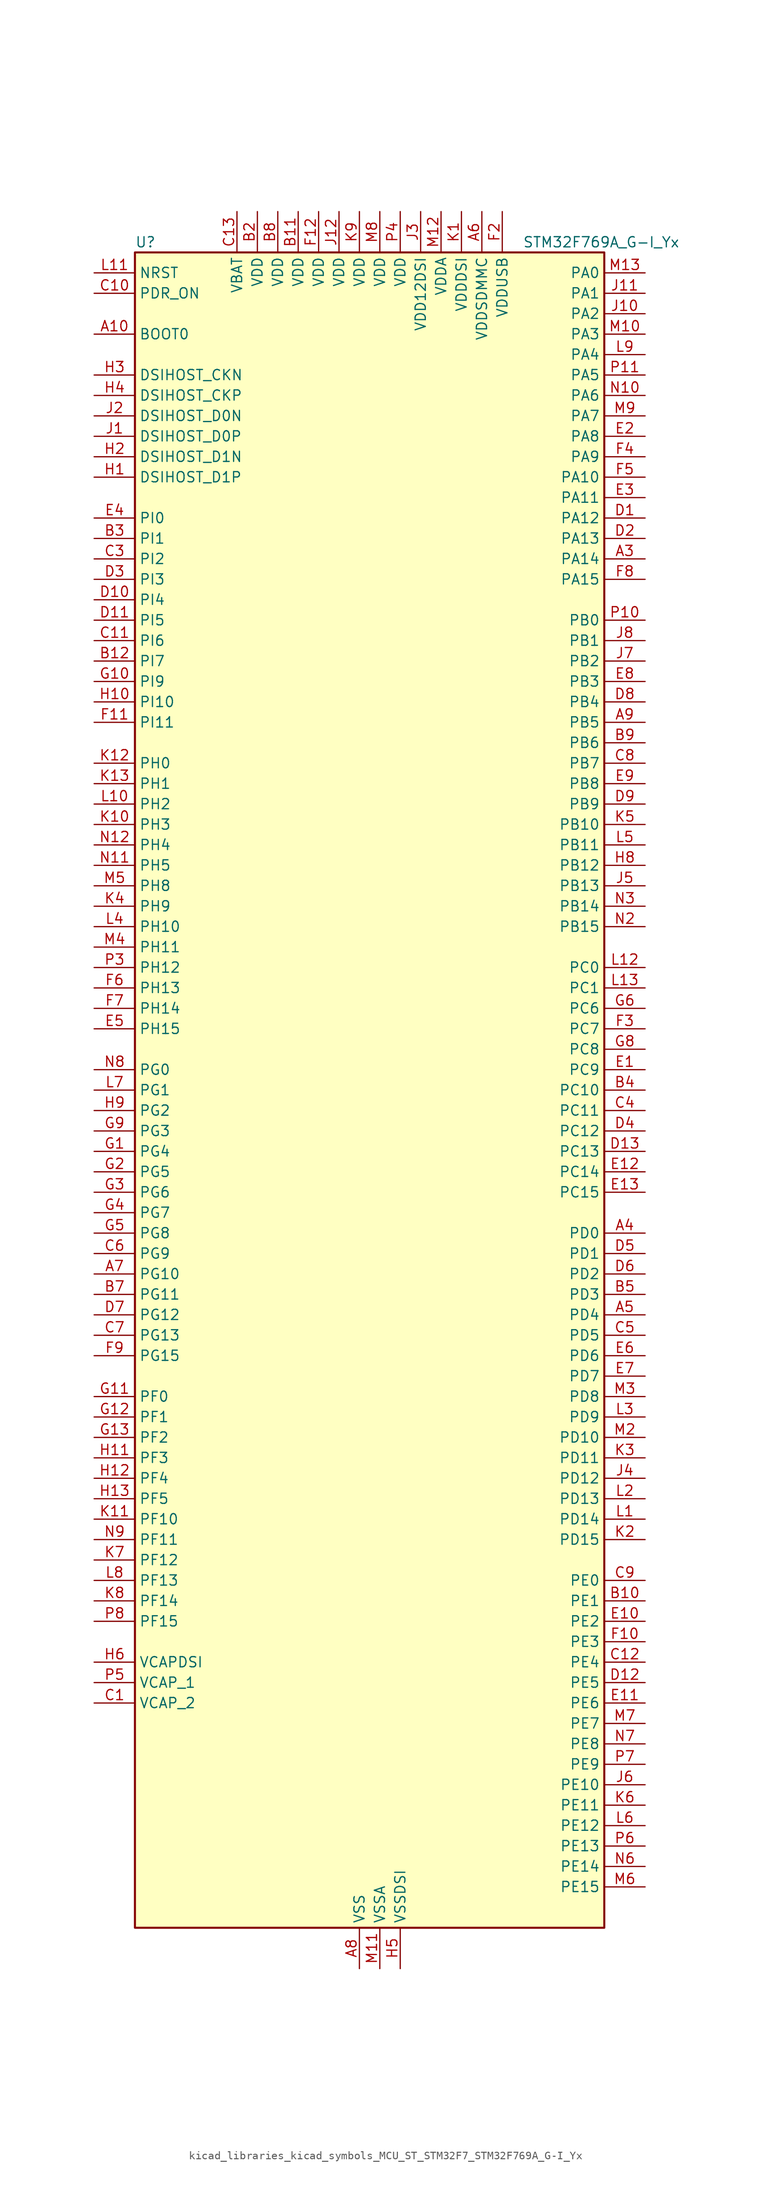
<source format=kicad_sym>
(kicad_symbol_lib
  (version 20220914)
  (generator kicad_symbol_editor)
  (symbol "kicad_libraries_kicad_symbols_MCU_ST_STM32F7_STM32F769A_G-I_Yx"
    (property "Reference" "U"
      (at -27.94 105.41 0)
      (effects (font (size 1.27 1.27)) (justify left)))
    (property "Value" "STM32F769A_G-I_Yx"
      (at 20.32 105.41 0)
      (effects (font (size 1.27 1.27)) (justify left)))
    (property "ki_locked" ""
      (at 0 0 0)
      (effects (font (size 1.27 1.27))))
    (symbol "kicad_libraries_kicad_symbols_MCU_ST_STM32F7_STM32F769A_G-I_Yx_0_1"
      (rectangle (start -27.94 -104.14) (end 30.48 104.14) (stroke (width 0.254) (type default)) (fill (type background))))
    (symbol "kicad_libraries_kicad_symbols_MCU_ST_STM32F7_STM32F769A_G-I_Yx_1_1"
      (pin no_connect line (at -27.94 -104.14 0) (length 5.08) hide (name "NC" (effects (font (size 1.27 1.27)))) (number "A1" (effects (font (size 1.27 1.27)))))
      (pin input line (at -33.02 93.98 0) (length 5.08) (name "BOOT0" (effects (font (size 1.27 1.27)))) (number "A10" (effects (font (size 1.27 1.27)))))
      (pin passive line (at 0 -109.22 90) (length 5.08) hide (name "VSS" (effects (font (size 1.27 1.27)))) (number "A11" (effects (font (size 1.27 1.27)))))
      (pin no_connect line (at -27.94 -99.06 0) (length 5.08) hide (name "NC" (effects (font (size 1.27 1.27)))) (number "A12" (effects (font (size 1.27 1.27)))))
      (pin no_connect line (at -27.94 -96.52 0) (length 5.08) hide (name "NC" (effects (font (size 1.27 1.27)))) (number "A13" (effects (font (size 1.27 1.27)))))
      (pin no_connect line (at -27.94 -101.6 0) (length 5.08) hide (name "NC" (effects (font (size 1.27 1.27)))) (number "A2" (effects (font (size 1.27 1.27)))))
      (pin bidirectional line (at 35.56 66.04 180) (length 5.08) (name "PA14" (effects (font (size 1.27 1.27)))) (number "A3" (effects (font (size 1.27 1.27)))) (alternate "SYS_JTCK-SWCLK" bidirectional line))
      (pin bidirectional line (at 35.56 -17.78 180) (length 5.08) (name "PD0" (effects (font (size 1.27 1.27)))) (number "A4" (effects (font (size 1.27 1.27)))) (alternate "CAN1_RX" bidirectional line) (alternate "DFSDM1_CKIN6" bidirectional line) (alternate "DFSDM1_DATIN7" bidirectional line) (alternate "FMC_D2" bidirectional line) (alternate "FMC_DA2" bidirectional line) (alternate "UART4_RX" bidirectional line))
      (pin bidirectional line (at 35.56 -27.94 180) (length 5.08) (name "PD4" (effects (font (size 1.27 1.27)))) (number "A5" (effects (font (size 1.27 1.27)))) (alternate "DFSDM1_CKIN0" bidirectional line) (alternate "FMC_NOE" bidirectional line) (alternate "USART2_DE" bidirectional line) (alternate "USART2_RTS" bidirectional line))
      (pin power_in line (at 15.24 109.22 270) (length 5.08) (name "VDDSDMMC" (effects (font (size 1.27 1.27)))) (number "A6" (effects (font (size 1.27 1.27)))))
      (pin bidirectional line (at -33.02 -22.86 0) (length 5.08) (name "PG10" (effects (font (size 1.27 1.27)))) (number "A7" (effects (font (size 1.27 1.27)))) (alternate "DCMI_D2" bidirectional line) (alternate "FMC_NE3" bidirectional line) (alternate "I2S1_WS" bidirectional line) (alternate "LTDC_B2" bidirectional line) (alternate "LTDC_G3" bidirectional line) (alternate "SAI2_SD_B" bidirectional line) (alternate "SDMMC2_D1" bidirectional line) (alternate "SPI1_NSS" bidirectional line))
      (pin power_in line (at 0 -109.22 90) (length 5.08) (name "VSS" (effects (font (size 1.27 1.27)))) (number "A8" (effects (font (size 1.27 1.27)))))
      (pin bidirectional line (at 35.56 45.72 180) (length 5.08) (name "PB5" (effects (font (size 1.27 1.27)))) (number "A9" (effects (font (size 1.27 1.27)))) (alternate "CAN2_RX" bidirectional line) (alternate "DCMI_D10" bidirectional line) (alternate "FMC_SDCKE1" bidirectional line) (alternate "I2C1_SMBA" bidirectional line) (alternate "I2S1_SD" bidirectional line) (alternate "I2S3_SD" bidirectional line) (alternate "LTDC_G7" bidirectional line) (alternate "SPI1_MOSI" bidirectional line) (alternate "SPI3_MOSI" bidirectional line) (alternate "SPI6_MOSI" bidirectional line) (alternate "TIM3_CH2" bidirectional line) (alternate "UART5_RX" bidirectional line) (alternate "USB_OTG_HS_ULPI_D7" bidirectional line))
      (pin no_connect line (at -27.94 -93.98 0) (length 5.08) hide (name "NC" (effects (font (size 1.27 1.27)))) (number "B1" (effects (font (size 1.27 1.27)))))
      (pin bidirectional line (at 35.56 -63.5 180) (length 5.08) (name "PE1" (effects (font (size 1.27 1.27)))) (number "B10" (effects (font (size 1.27 1.27)))) (alternate "DCMI_D3" bidirectional line) (alternate "FMC_NBL1" bidirectional line) (alternate "LPTIM1_IN2" bidirectional line) (alternate "UART8_TX" bidirectional line))
      (pin power_in line (at -7.62 109.22 270) (length 5.08) (name "VDD" (effects (font (size 1.27 1.27)))) (number "B11" (effects (font (size 1.27 1.27)))))
      (pin bidirectional line (at -33.02 53.34 0) (length 5.08) (name "PI7" (effects (font (size 1.27 1.27)))) (number "B12" (effects (font (size 1.27 1.27)))) (alternate "DCMI_D7" bidirectional line) (alternate "FMC_D29" bidirectional line) (alternate "LTDC_B7" bidirectional line) (alternate "SAI2_FS_A" bidirectional line) (alternate "TIM8_CH3" bidirectional line))
      (pin no_connect line (at -27.94 -91.44 0) (length 5.08) hide (name "NC" (effects (font (size 1.27 1.27)))) (number "B13" (effects (font (size 1.27 1.27)))))
      (pin power_in line (at -12.7 109.22 270) (length 5.08) (name "VDD" (effects (font (size 1.27 1.27)))) (number "B2" (effects (font (size 1.27 1.27)))))
      (pin bidirectional line (at -33.02 68.58 0) (length 5.08) (name "PI1" (effects (font (size 1.27 1.27)))) (number "B3" (effects (font (size 1.27 1.27)))) (alternate "DCMI_D8" bidirectional line) (alternate "FMC_D25" bidirectional line) (alternate "I2S2_CK" bidirectional line) (alternate "LTDC_G6" bidirectional line) (alternate "SPI2_SCK" bidirectional line) (alternate "TIM8_BKIN2" bidirectional line))
      (pin bidirectional line (at 35.56 0 180) (length 5.08) (name "PC10" (effects (font (size 1.27 1.27)))) (number "B4" (effects (font (size 1.27 1.27)))) (alternate "DCMI_D8" bidirectional line) (alternate "DFSDM1_CKIN5" bidirectional line) (alternate "I2S3_CK" bidirectional line) (alternate "LTDC_R2" bidirectional line) (alternate "QUADSPI_BK1_IO1" bidirectional line) (alternate "SDMMC1_D2" bidirectional line) (alternate "SPI3_SCK" bidirectional line) (alternate "UART4_TX" bidirectional line) (alternate "USART3_TX" bidirectional line))
      (pin bidirectional line (at 35.56 -25.4 180) (length 5.08) (name "PD3" (effects (font (size 1.27 1.27)))) (number "B5" (effects (font (size 1.27 1.27)))) (alternate "DCMI_D5" bidirectional line) (alternate "DFSDM1_CKOUT" bidirectional line) (alternate "DFSDM1_DATIN0" bidirectional line) (alternate "FMC_CLK" bidirectional line) (alternate "I2S2_CK" bidirectional line) (alternate "LTDC_G7" bidirectional line) (alternate "SPI2_SCK" bidirectional line) (alternate "USART2_CTS" bidirectional line))
      (pin passive line (at 0 -109.22 90) (length 5.08) hide (name "VSS" (effects (font (size 1.27 1.27)))) (number "B6" (effects (font (size 1.27 1.27)))))
      (pin bidirectional line (at -33.02 -25.4 0) (length 5.08) (name "PG11" (effects (font (size 1.27 1.27)))) (number "B7" (effects (font (size 1.27 1.27)))) (alternate "ADC1_EXTI11" bidirectional line) (alternate "ADC2_EXTI11" bidirectional line) (alternate "ADC3_EXTI11" bidirectional line) (alternate "DCMI_D3" bidirectional line) (alternate "I2S1_CK" bidirectional line) (alternate "LTDC_B3" bidirectional line) (alternate "SDMMC2_D2" bidirectional line) (alternate "SPDIFRX_IN0" bidirectional line) (alternate "SPI1_SCK" bidirectional line))
      (pin power_in line (at -10.16 109.22 270) (length 5.08) (name "VDD" (effects (font (size 1.27 1.27)))) (number "B8" (effects (font (size 1.27 1.27)))))
      (pin bidirectional line (at 35.56 43.18 180) (length 5.08) (name "PB6" (effects (font (size 1.27 1.27)))) (number "B9" (effects (font (size 1.27 1.27)))) (alternate "CAN2_TX" bidirectional line) (alternate "CEC" bidirectional line) (alternate "DCMI_D5" bidirectional line) (alternate "DFSDM1_DATIN5" bidirectional line) (alternate "FMC_SDNE1" bidirectional line) (alternate "I2C1_SCL" bidirectional line) (alternate "I2C4_SCL" bidirectional line) (alternate "QUADSPI_BK1_NCS" bidirectional line) (alternate "TIM4_CH1" bidirectional line) (alternate "UART5_TX" bidirectional line) (alternate "USART1_TX" bidirectional line))
      (pin power_out line (at -33.02 -76.2 0) (length 5.08) (name "VCAP_2" (effects (font (size 1.27 1.27)))) (number "C1" (effects (font (size 1.27 1.27)))))
      (pin input line (at -33.02 99.06 0) (length 5.08) (name "PDR_ON" (effects (font (size 1.27 1.27)))) (number "C10" (effects (font (size 1.27 1.27)))))
      (pin bidirectional line (at -33.02 55.88 0) (length 5.08) (name "PI6" (effects (font (size 1.27 1.27)))) (number "C11" (effects (font (size 1.27 1.27)))) (alternate "DCMI_D6" bidirectional line) (alternate "FMC_D28" bidirectional line) (alternate "LTDC_B6" bidirectional line) (alternate "SAI2_SD_A" bidirectional line) (alternate "TIM8_CH2" bidirectional line))
      (pin bidirectional line (at 35.56 -71.12 180) (length 5.08) (name "PE4" (effects (font (size 1.27 1.27)))) (number "C12" (effects (font (size 1.27 1.27)))) (alternate "DCMI_D4" bidirectional line) (alternate "DFSDM1_DATIN3" bidirectional line) (alternate "FMC_A20" bidirectional line) (alternate "LTDC_B0" bidirectional line) (alternate "SAI1_FS_A" bidirectional line) (alternate "SPI4_NSS" bidirectional line) (alternate "SYS_TRACED1" bidirectional line))
      (pin power_in line (at -15.24 109.22 270) (length 5.08) (name "VBAT" (effects (font (size 1.27 1.27)))) (number "C13" (effects (font (size 1.27 1.27)))))
      (pin passive line (at 0 -109.22 90) (length 5.08) hide (name "VSS" (effects (font (size 1.27 1.27)))) (number "C2" (effects (font (size 1.27 1.27)))))
      (pin bidirectional line (at -33.02 66.04 0) (length 5.08) (name "PI2" (effects (font (size 1.27 1.27)))) (number "C3" (effects (font (size 1.27 1.27)))) (alternate "DCMI_D9" bidirectional line) (alternate "FMC_D26" bidirectional line) (alternate "LTDC_G7" bidirectional line) (alternate "SPI2_MISO" bidirectional line) (alternate "TIM8_CH4" bidirectional line))
      (pin bidirectional line (at 35.56 -2.54 180) (length 5.08) (name "PC11" (effects (font (size 1.27 1.27)))) (number "C4" (effects (font (size 1.27 1.27)))) (alternate "ADC1_EXTI11" bidirectional line) (alternate "ADC2_EXTI11" bidirectional line) (alternate "ADC3_EXTI11" bidirectional line) (alternate "DCMI_D4" bidirectional line) (alternate "DFSDM1_DATIN5" bidirectional line) (alternate "QUADSPI_BK2_NCS" bidirectional line) (alternate "SDMMC1_D3" bidirectional line) (alternate "SPI3_MISO" bidirectional line) (alternate "UART4_RX" bidirectional line) (alternate "USART3_RX" bidirectional line))
      (pin bidirectional line (at 35.56 -30.48 180) (length 5.08) (name "PD5" (effects (font (size 1.27 1.27)))) (number "C5" (effects (font (size 1.27 1.27)))) (alternate "FMC_NWE" bidirectional line) (alternate "USART2_TX" bidirectional line))
      (pin bidirectional line (at -33.02 -20.32 0) (length 5.08) (name "PG9" (effects (font (size 1.27 1.27)))) (number "C6" (effects (font (size 1.27 1.27)))) (alternate "DAC_EXTI9" bidirectional line) (alternate "DCMI_VSYNC" bidirectional line) (alternate "FMC_NCE" bidirectional line) (alternate "FMC_NE2" bidirectional line) (alternate "QUADSPI_BK2_IO2" bidirectional line) (alternate "SAI2_FS_B" bidirectional line) (alternate "SDMMC2_D0" bidirectional line) (alternate "SPDIFRX_IN3" bidirectional line) (alternate "SPI1_MISO" bidirectional line) (alternate "USART6_RX" bidirectional line))
      (pin bidirectional line (at -33.02 -30.48 0) (length 5.08) (name "PG13" (effects (font (size 1.27 1.27)))) (number "C7" (effects (font (size 1.27 1.27)))) (alternate "FMC_A24" bidirectional line) (alternate "LPTIM1_OUT" bidirectional line) (alternate "LTDC_R0" bidirectional line) (alternate "SPI6_SCK" bidirectional line) (alternate "SYS_TRACED0" bidirectional line) (alternate "USART6_CTS" bidirectional line))
      (pin bidirectional line (at 35.56 40.64 180) (length 5.08) (name "PB7" (effects (font (size 1.27 1.27)))) (number "C8" (effects (font (size 1.27 1.27)))) (alternate "DCMI_VSYNC" bidirectional line) (alternate "DFSDM1_CKIN5" bidirectional line) (alternate "FMC_NL" bidirectional line) (alternate "I2C1_SDA" bidirectional line) (alternate "I2C4_SDA" bidirectional line) (alternate "TIM4_CH2" bidirectional line) (alternate "USART1_RX" bidirectional line))
      (pin bidirectional line (at 35.56 -60.96 180) (length 5.08) (name "PE0" (effects (font (size 1.27 1.27)))) (number "C9" (effects (font (size 1.27 1.27)))) (alternate "DCMI_D2" bidirectional line) (alternate "FMC_NBL0" bidirectional line) (alternate "LPTIM1_ETR" bidirectional line) (alternate "SAI2_MCLK_A" bidirectional line) (alternate "TIM4_ETR" bidirectional line) (alternate "UART8_RX" bidirectional line))
      (pin bidirectional line (at 35.56 71.12 180) (length 5.08) (name "PA12" (effects (font (size 1.27 1.27)))) (number "D1" (effects (font (size 1.27 1.27)))) (alternate "CAN1_TX" bidirectional line) (alternate "I2S2_CK" bidirectional line) (alternate "LTDC_R5" bidirectional line) (alternate "SAI2_FS_B" bidirectional line) (alternate "SPI2_SCK" bidirectional line) (alternate "TIM1_ETR" bidirectional line) (alternate "UART4_TX" bidirectional line) (alternate "USART1_DE" bidirectional line) (alternate "USART1_RTS" bidirectional line) (alternate "USB_OTG_FS_DP" bidirectional line))
      (pin bidirectional line (at -33.02 60.96 0) (length 5.08) (name "PI4" (effects (font (size 1.27 1.27)))) (number "D10" (effects (font (size 1.27 1.27)))) (alternate "DCMI_D5" bidirectional line) (alternate "FMC_NBL2" bidirectional line) (alternate "LTDC_B4" bidirectional line) (alternate "SAI2_MCLK_A" bidirectional line) (alternate "TIM8_BKIN" bidirectional line))
      (pin bidirectional line (at -33.02 58.42 0) (length 5.08) (name "PI5" (effects (font (size 1.27 1.27)))) (number "D11" (effects (font (size 1.27 1.27)))) (alternate "DCMI_VSYNC" bidirectional line) (alternate "FMC_NBL3" bidirectional line) (alternate "LTDC_B5" bidirectional line) (alternate "SAI2_SCK_A" bidirectional line) (alternate "TIM8_CH1" bidirectional line))
      (pin bidirectional line (at 35.56 -73.66 180) (length 5.08) (name "PE5" (effects (font (size 1.27 1.27)))) (number "D12" (effects (font (size 1.27 1.27)))) (alternate "DCMI_D6" bidirectional line) (alternate "DFSDM1_CKIN3" bidirectional line) (alternate "FMC_A21" bidirectional line) (alternate "LTDC_G0" bidirectional line) (alternate "SAI1_SCK_A" bidirectional line) (alternate "SPI4_MISO" bidirectional line) (alternate "SYS_TRACED2" bidirectional line) (alternate "TIM9_CH1" bidirectional line))
      (pin bidirectional line (at 35.56 -7.62 180) (length 5.08) (name "PC13" (effects (font (size 1.27 1.27)))) (number "D13" (effects (font (size 1.27 1.27)))) (alternate "RTC_OUT" bidirectional line) (alternate "RTC_TAMP1" bidirectional line) (alternate "RTC_TS" bidirectional line) (alternate "SYS_WKUP4" bidirectional line))
      (pin bidirectional line (at 35.56 68.58 180) (length 5.08) (name "PA13" (effects (font (size 1.27 1.27)))) (number "D2" (effects (font (size 1.27 1.27)))) (alternate "SYS_JTMS-SWDIO" bidirectional line))
      (pin bidirectional line (at -33.02 63.5 0) (length 5.08) (name "PI3" (effects (font (size 1.27 1.27)))) (number "D3" (effects (font (size 1.27 1.27)))) (alternate "DCMI_D10" bidirectional line) (alternate "FMC_D27" bidirectional line) (alternate "I2S2_SD" bidirectional line) (alternate "SPI2_MOSI" bidirectional line) (alternate "TIM8_ETR" bidirectional line))
      (pin bidirectional line (at 35.56 -5.08 180) (length 5.08) (name "PC12" (effects (font (size 1.27 1.27)))) (number "D4" (effects (font (size 1.27 1.27)))) (alternate "DCMI_D9" bidirectional line) (alternate "I2S3_SD" bidirectional line) (alternate "SDMMC1_CK" bidirectional line) (alternate "SPI3_MOSI" bidirectional line) (alternate "SYS_TRACED3" bidirectional line) (alternate "UART5_TX" bidirectional line) (alternate "USART3_CK" bidirectional line))
      (pin bidirectional line (at 35.56 -20.32 180) (length 5.08) (name "PD1" (effects (font (size 1.27 1.27)))) (number "D5" (effects (font (size 1.27 1.27)))) (alternate "CAN1_TX" bidirectional line) (alternate "DFSDM1_CKIN7" bidirectional line) (alternate "DFSDM1_DATIN6" bidirectional line) (alternate "FMC_D3" bidirectional line) (alternate "FMC_DA3" bidirectional line) (alternate "UART4_TX" bidirectional line))
      (pin bidirectional line (at 35.56 -22.86 180) (length 5.08) (name "PD2" (effects (font (size 1.27 1.27)))) (number "D6" (effects (font (size 1.27 1.27)))) (alternate "DCMI_D11" bidirectional line) (alternate "SDMMC1_CMD" bidirectional line) (alternate "SYS_TRACED2" bidirectional line) (alternate "TIM3_ETR" bidirectional line) (alternate "UART5_RX" bidirectional line))
      (pin bidirectional line (at -33.02 -27.94 0) (length 5.08) (name "PG12" (effects (font (size 1.27 1.27)))) (number "D7" (effects (font (size 1.27 1.27)))) (alternate "FMC_NE4" bidirectional line) (alternate "LPTIM1_IN1" bidirectional line) (alternate "LTDC_B1" bidirectional line) (alternate "LTDC_B4" bidirectional line) (alternate "SDMMC2_D3" bidirectional line) (alternate "SPDIFRX_IN1" bidirectional line) (alternate "SPI6_MISO" bidirectional line) (alternate "USART6_DE" bidirectional line) (alternate "USART6_RTS" bidirectional line))
      (pin bidirectional line (at 35.56 48.26 180) (length 5.08) (name "PB4" (effects (font (size 1.27 1.27)))) (number "D8" (effects (font (size 1.27 1.27)))) (alternate "CAN3_TX" bidirectional line) (alternate "I2S2_WS" bidirectional line) (alternate "SDMMC2_D3" bidirectional line) (alternate "SPI1_MISO" bidirectional line) (alternate "SPI2_NSS" bidirectional line) (alternate "SPI3_MISO" bidirectional line) (alternate "SPI6_MISO" bidirectional line) (alternate "SYS_JTRST" bidirectional line) (alternate "TIM3_CH1" bidirectional line) (alternate "UART7_TX" bidirectional line))
      (pin bidirectional line (at 35.56 35.56 180) (length 5.08) (name "PB9" (effects (font (size 1.27 1.27)))) (number "D9" (effects (font (size 1.27 1.27)))) (alternate "CAN1_TX" bidirectional line) (alternate "DAC_EXTI9" bidirectional line) (alternate "DCMI_D7" bidirectional line) (alternate "DFSDM1_DATIN7" bidirectional line) (alternate "I2C1_SDA" bidirectional line) (alternate "I2C4_SDA" bidirectional line) (alternate "I2C4_SMBA" bidirectional line) (alternate "I2S2_WS" bidirectional line) (alternate "LTDC_B7" bidirectional line) (alternate "SDMMC1_D5" bidirectional line) (alternate "SDMMC2_D5" bidirectional line) (alternate "SPI2_NSS" bidirectional line) (alternate "TIM11_CH1" bidirectional line) (alternate "TIM4_CH4" bidirectional line) (alternate "UART5_TX" bidirectional line))
      (pin bidirectional line (at 35.56 2.54 180) (length 5.08) (name "PC9" (effects (font (size 1.27 1.27)))) (number "E1" (effects (font (size 1.27 1.27)))) (alternate "DAC_EXTI9" bidirectional line) (alternate "DCMI_D3" bidirectional line) (alternate "I2C3_SDA" bidirectional line) (alternate "I2S_CKIN" bidirectional line) (alternate "LTDC_B2" bidirectional line) (alternate "LTDC_G3" bidirectional line) (alternate "QUADSPI_BK1_IO0" bidirectional line) (alternate "RCC_MCO_2" bidirectional line) (alternate "SDMMC1_D1" bidirectional line) (alternate "TIM3_CH4" bidirectional line) (alternate "TIM8_CH4" bidirectional line) (alternate "UART5_CTS" bidirectional line))
      (pin bidirectional line (at 35.56 -66.04 180) (length 5.08) (name "PE2" (effects (font (size 1.27 1.27)))) (number "E10" (effects (font (size 1.27 1.27)))) (alternate "FMC_A23" bidirectional line) (alternate "QUADSPI_BK1_IO2" bidirectional line) (alternate "SAI1_MCLK_A" bidirectional line) (alternate "SPI4_SCK" bidirectional line) (alternate "SYS_TRACECLK" bidirectional line))
      (pin bidirectional line (at 35.56 -76.2 180) (length 5.08) (name "PE6" (effects (font (size 1.27 1.27)))) (number "E11" (effects (font (size 1.27 1.27)))) (alternate "DCMI_D7" bidirectional line) (alternate "FMC_A22" bidirectional line) (alternate "LTDC_G1" bidirectional line) (alternate "SAI1_SD_A" bidirectional line) (alternate "SAI2_MCLK_B" bidirectional line) (alternate "SPI4_MOSI" bidirectional line) (alternate "SYS_TRACED3" bidirectional line) (alternate "TIM1_BKIN2" bidirectional line) (alternate "TIM9_CH2" bidirectional line))
      (pin bidirectional line (at 35.56 -10.16 180) (length 5.08) (name "PC14" (effects (font (size 1.27 1.27)))) (number "E12" (effects (font (size 1.27 1.27)))) (alternate "RCC_OSC32_IN" bidirectional line))
      (pin bidirectional line (at 35.56 -12.7 180) (length 5.08) (name "PC15" (effects (font (size 1.27 1.27)))) (number "E13" (effects (font (size 1.27 1.27)))) (alternate "RCC_OSC32_OUT" bidirectional line))
      (pin bidirectional line (at 35.56 81.28 180) (length 5.08) (name "PA8" (effects (font (size 1.27 1.27)))) (number "E2" (effects (font (size 1.27 1.27)))) (alternate "CAN3_RX" bidirectional line) (alternate "I2C3_SCL" bidirectional line) (alternate "LTDC_B3" bidirectional line) (alternate "LTDC_R6" bidirectional line) (alternate "RCC_MCO_1" bidirectional line) (alternate "TIM1_CH1" bidirectional line) (alternate "TIM8_BKIN2" bidirectional line) (alternate "UART7_RX" bidirectional line) (alternate "USART1_CK" bidirectional line) (alternate "USB_OTG_FS_SOF" bidirectional line))
      (pin bidirectional line (at 35.56 73.66 180) (length 5.08) (name "PA11" (effects (font (size 1.27 1.27)))) (number "E3" (effects (font (size 1.27 1.27)))) (alternate "ADC1_EXTI11" bidirectional line) (alternate "ADC2_EXTI11" bidirectional line) (alternate "ADC3_EXTI11" bidirectional line) (alternate "CAN1_RX" bidirectional line) (alternate "I2S2_WS" bidirectional line) (alternate "LTDC_R4" bidirectional line) (alternate "SPI2_NSS" bidirectional line) (alternate "TIM1_CH4" bidirectional line) (alternate "UART4_RX" bidirectional line) (alternate "USART1_CTS" bidirectional line) (alternate "USB_OTG_FS_DM" bidirectional line))
      (pin bidirectional line (at -33.02 71.12 0) (length 5.08) (name "PI0" (effects (font (size 1.27 1.27)))) (number "E4" (effects (font (size 1.27 1.27)))) (alternate "DCMI_D13" bidirectional line) (alternate "FMC_D24" bidirectional line) (alternate "I2S2_WS" bidirectional line) (alternate "LTDC_G5" bidirectional line) (alternate "SPI2_NSS" bidirectional line) (alternate "TIM5_CH4" bidirectional line))
      (pin bidirectional line (at -33.02 7.62 0) (length 5.08) (name "PH15" (effects (font (size 1.27 1.27)))) (number "E5" (effects (font (size 1.27 1.27)))) (alternate "DCMI_D11" bidirectional line) (alternate "FMC_D23" bidirectional line) (alternate "LTDC_G4" bidirectional line) (alternate "TIM8_CH3N" bidirectional line))
      (pin bidirectional line (at 35.56 -33.02 180) (length 5.08) (name "PD6" (effects (font (size 1.27 1.27)))) (number "E6" (effects (font (size 1.27 1.27)))) (alternate "DCMI_D10" bidirectional line) (alternate "DFSDM1_CKIN4" bidirectional line) (alternate "DFSDM1_DATIN1" bidirectional line) (alternate "FMC_NWAIT" bidirectional line) (alternate "I2S3_SD" bidirectional line) (alternate "LTDC_B2" bidirectional line) (alternate "SAI1_SD_A" bidirectional line) (alternate "SDMMC2_CK" bidirectional line) (alternate "SPI3_MOSI" bidirectional line) (alternate "USART2_RX" bidirectional line))
      (pin bidirectional line (at 35.56 -35.56 180) (length 5.08) (name "PD7" (effects (font (size 1.27 1.27)))) (number "E7" (effects (font (size 1.27 1.27)))) (alternate "DFSDM1_CKIN1" bidirectional line) (alternate "DFSDM1_DATIN4" bidirectional line) (alternate "FMC_NE1" bidirectional line) (alternate "I2S1_SD" bidirectional line) (alternate "SDMMC2_CMD" bidirectional line) (alternate "SPDIFRX_IN0" bidirectional line) (alternate "SPI1_MOSI" bidirectional line) (alternate "USART2_CK" bidirectional line))
      (pin bidirectional line (at 35.56 50.8 180) (length 5.08) (name "PB3" (effects (font (size 1.27 1.27)))) (number "E8" (effects (font (size 1.27 1.27)))) (alternate "CAN3_RX" bidirectional line) (alternate "I2S1_CK" bidirectional line) (alternate "I2S3_CK" bidirectional line) (alternate "SDMMC2_D2" bidirectional line) (alternate "SPI1_SCK" bidirectional line) (alternate "SPI3_SCK" bidirectional line) (alternate "SPI6_SCK" bidirectional line) (alternate "SYS_JTDO-SWO" bidirectional line) (alternate "TIM2_CH2" bidirectional line) (alternate "UART7_RX" bidirectional line))
      (pin bidirectional line (at 35.56 38.1 180) (length 5.08) (name "PB8" (effects (font (size 1.27 1.27)))) (number "E9" (effects (font (size 1.27 1.27)))) (alternate "CAN1_RX" bidirectional line) (alternate "DCMI_D6" bidirectional line) (alternate "DFSDM1_CKIN7" bidirectional line) (alternate "I2C1_SCL" bidirectional line) (alternate "I2C4_SCL" bidirectional line) (alternate "LTDC_B6" bidirectional line) (alternate "SDMMC1_D4" bidirectional line) (alternate "SDMMC2_D4" bidirectional line) (alternate "TIM10_CH1" bidirectional line) (alternate "TIM4_CH3" bidirectional line) (alternate "UART5_RX" bidirectional line))
      (pin passive line (at 0 -109.22 90) (length 5.08) hide (name "VSS" (effects (font (size 1.27 1.27)))) (number "F1" (effects (font (size 1.27 1.27)))))
      (pin bidirectional line (at 35.56 -68.58 180) (length 5.08) (name "PE3" (effects (font (size 1.27 1.27)))) (number "F10" (effects (font (size 1.27 1.27)))) (alternate "FMC_A19" bidirectional line) (alternate "SAI1_SD_B" bidirectional line) (alternate "SYS_TRACED0" bidirectional line))
      (pin bidirectional line (at -33.02 45.72 0) (length 5.08) (name "PI11" (effects (font (size 1.27 1.27)))) (number "F11" (effects (font (size 1.27 1.27)))) (alternate "ADC1_EXTI11" bidirectional line) (alternate "ADC2_EXTI11" bidirectional line) (alternate "ADC3_EXTI11" bidirectional line) (alternate "LTDC_G6" bidirectional line) (alternate "SYS_WKUP6" bidirectional line) (alternate "USB_OTG_HS_ULPI_DIR" bidirectional line))
      (pin power_in line (at -5.08 109.22 270) (length 5.08) (name "VDD" (effects (font (size 1.27 1.27)))) (number "F12" (effects (font (size 1.27 1.27)))))
      (pin passive line (at 0 -109.22 90) (length 5.08) hide (name "VSS" (effects (font (size 1.27 1.27)))) (number "F13" (effects (font (size 1.27 1.27)))))
      (pin power_in line (at 17.78 109.22 270) (length 5.08) (name "VDDUSB" (effects (font (size 1.27 1.27)))) (number "F2" (effects (font (size 1.27 1.27)))))
      (pin bidirectional line (at 35.56 7.62 180) (length 5.08) (name "PC7" (effects (font (size 1.27 1.27)))) (number "F3" (effects (font (size 1.27 1.27)))) (alternate "DCMI_D1" bidirectional line) (alternate "DFSDM1_DATIN3" bidirectional line) (alternate "FMC_NE1" bidirectional line) (alternate "I2S3_MCK" bidirectional line) (alternate "LTDC_G6" bidirectional line) (alternate "SDMMC1_D7" bidirectional line) (alternate "SDMMC2_D7" bidirectional line) (alternate "TIM3_CH2" bidirectional line) (alternate "TIM8_CH2" bidirectional line) (alternate "USART6_RX" bidirectional line))
      (pin bidirectional line (at 35.56 78.74 180) (length 5.08) (name "PA9" (effects (font (size 1.27 1.27)))) (number "F4" (effects (font (size 1.27 1.27)))) (alternate "DAC_EXTI9" bidirectional line) (alternate "DCMI_D0" bidirectional line) (alternate "I2C3_SMBA" bidirectional line) (alternate "I2S2_CK" bidirectional line) (alternate "LTDC_R5" bidirectional line) (alternate "SPI2_SCK" bidirectional line) (alternate "TIM1_CH2" bidirectional line) (alternate "USART1_TX" bidirectional line) (alternate "USB_OTG_FS_VBUS" bidirectional line))
      (pin bidirectional line (at 35.56 76.2 180) (length 5.08) (name "PA10" (effects (font (size 1.27 1.27)))) (number "F5" (effects (font (size 1.27 1.27)))) (alternate "DCMI_D1" bidirectional line) (alternate "LTDC_B1" bidirectional line) (alternate "LTDC_B4" bidirectional line) (alternate "MDIOS_MDIO" bidirectional line) (alternate "TIM1_CH3" bidirectional line) (alternate "USART1_RX" bidirectional line) (alternate "USB_OTG_FS_ID" bidirectional line))
      (pin bidirectional line (at -33.02 12.7 0) (length 5.08) (name "PH13" (effects (font (size 1.27 1.27)))) (number "F6" (effects (font (size 1.27 1.27)))) (alternate "CAN1_TX" bidirectional line) (alternate "FMC_D21" bidirectional line) (alternate "LTDC_G2" bidirectional line) (alternate "TIM8_CH1N" bidirectional line) (alternate "UART4_TX" bidirectional line))
      (pin bidirectional line (at -33.02 10.16 0) (length 5.08) (name "PH14" (effects (font (size 1.27 1.27)))) (number "F7" (effects (font (size 1.27 1.27)))) (alternate "CAN1_RX" bidirectional line) (alternate "DCMI_D4" bidirectional line) (alternate "FMC_D22" bidirectional line) (alternate "LTDC_G3" bidirectional line) (alternate "TIM8_CH2N" bidirectional line) (alternate "UART4_RX" bidirectional line))
      (pin bidirectional line (at 35.56 63.5 180) (length 5.08) (name "PA15" (effects (font (size 1.27 1.27)))) (number "F8" (effects (font (size 1.27 1.27)))) (alternate "CAN3_TX" bidirectional line) (alternate "CEC" bidirectional line) (alternate "I2S1_WS" bidirectional line) (alternate "I2S3_WS" bidirectional line) (alternate "SPI1_NSS" bidirectional line) (alternate "SPI3_NSS" bidirectional line) (alternate "SPI6_NSS" bidirectional line) (alternate "SYS_JTDI" bidirectional line) (alternate "TIM2_CH1" bidirectional line) (alternate "TIM2_ETR" bidirectional line) (alternate "UART4_DE" bidirectional line) (alternate "UART4_RTS" bidirectional line) (alternate "UART7_TX" bidirectional line))
      (pin bidirectional line (at -33.02 -33.02 0) (length 5.08) (name "PG15" (effects (font (size 1.27 1.27)))) (number "F9" (effects (font (size 1.27 1.27)))) (alternate "DCMI_D13" bidirectional line) (alternate "FMC_SDNCAS" bidirectional line) (alternate "USART6_CTS" bidirectional line))
      (pin bidirectional line (at -33.02 -7.62 0) (length 5.08) (name "PG4" (effects (font (size 1.27 1.27)))) (number "G1" (effects (font (size 1.27 1.27)))) (alternate "FMC_A14" bidirectional line) (alternate "FMC_BA0" bidirectional line))
      (pin bidirectional line (at -33.02 50.8 0) (length 5.08) (name "PI9" (effects (font (size 1.27 1.27)))) (number "G10" (effects (font (size 1.27 1.27)))) (alternate "CAN1_RX" bidirectional line) (alternate "DAC_EXTI9" bidirectional line) (alternate "FMC_D30" bidirectional line) (alternate "LTDC_VSYNC" bidirectional line) (alternate "UART4_RX" bidirectional line))
      (pin bidirectional line (at -33.02 -38.1 0) (length 5.08) (name "PF0" (effects (font (size 1.27 1.27)))) (number "G11" (effects (font (size 1.27 1.27)))) (alternate "FMC_A0" bidirectional line) (alternate "I2C2_SDA" bidirectional line))
      (pin bidirectional line (at -33.02 -40.64 0) (length 5.08) (name "PF1" (effects (font (size 1.27 1.27)))) (number "G12" (effects (font (size 1.27 1.27)))) (alternate "FMC_A1" bidirectional line) (alternate "I2C2_SCL" bidirectional line))
      (pin bidirectional line (at -33.02 -43.18 0) (length 5.08) (name "PF2" (effects (font (size 1.27 1.27)))) (number "G13" (effects (font (size 1.27 1.27)))) (alternate "FMC_A2" bidirectional line) (alternate "I2C2_SMBA" bidirectional line))
      (pin bidirectional line (at -33.02 -10.16 0) (length 5.08) (name "PG5" (effects (font (size 1.27 1.27)))) (number "G2" (effects (font (size 1.27 1.27)))) (alternate "FMC_A15" bidirectional line) (alternate "FMC_BA1" bidirectional line))
      (pin bidirectional line (at -33.02 -12.7 0) (length 5.08) (name "PG6" (effects (font (size 1.27 1.27)))) (number "G3" (effects (font (size 1.27 1.27)))) (alternate "DCMI_D12" bidirectional line) (alternate "FMC_NE3" bidirectional line) (alternate "LTDC_R7" bidirectional line))
      (pin bidirectional line (at -33.02 -15.24 0) (length 5.08) (name "PG7" (effects (font (size 1.27 1.27)))) (number "G4" (effects (font (size 1.27 1.27)))) (alternate "DCMI_D13" bidirectional line) (alternate "FMC_INT" bidirectional line) (alternate "LTDC_CLK" bidirectional line) (alternate "SAI1_MCLK_A" bidirectional line) (alternate "USART6_CK" bidirectional line))
      (pin bidirectional line (at -33.02 -17.78 0) (length 5.08) (name "PG8" (effects (font (size 1.27 1.27)))) (number "G5" (effects (font (size 1.27 1.27)))) (alternate "FMC_SDCLK" bidirectional line) (alternate "LTDC_G7" bidirectional line) (alternate "SPDIFRX_IN2" bidirectional line) (alternate "SPI6_NSS" bidirectional line) (alternate "USART6_DE" bidirectional line) (alternate "USART6_RTS" bidirectional line))
      (pin bidirectional line (at 35.56 10.16 180) (length 5.08) (name "PC6" (effects (font (size 1.27 1.27)))) (number "G6" (effects (font (size 1.27 1.27)))) (alternate "DCMI_D0" bidirectional line) (alternate "DFSDM1_CKIN3" bidirectional line) (alternate "FMC_NWAIT" bidirectional line) (alternate "I2S2_MCK" bidirectional line) (alternate "LTDC_HSYNC" bidirectional line) (alternate "SDMMC1_D6" bidirectional line) (alternate "SDMMC2_D6" bidirectional line) (alternate "TIM3_CH1" bidirectional line) (alternate "TIM8_CH1" bidirectional line) (alternate "USART6_TX" bidirectional line))
      (pin bidirectional line (at 35.56 5.08 180) (length 5.08) (name "PC8" (effects (font (size 1.27 1.27)))) (number "G8" (effects (font (size 1.27 1.27)))) (alternate "DCMI_D2" bidirectional line) (alternate "FMC_NCE" bidirectional line) (alternate "FMC_NE2" bidirectional line) (alternate "SDMMC1_D0" bidirectional line) (alternate "SYS_TRACED1" bidirectional line) (alternate "TIM3_CH3" bidirectional line) (alternate "TIM8_CH3" bidirectional line) (alternate "UART5_DE" bidirectional line) (alternate "UART5_RTS" bidirectional line) (alternate "USART6_CK" bidirectional line))
      (pin bidirectional line (at -33.02 -5.08 0) (length 5.08) (name "PG3" (effects (font (size 1.27 1.27)))) (number "G9" (effects (font (size 1.27 1.27)))) (alternate "FMC_A13" bidirectional line))
      (pin bidirectional line (at -33.02 76.2 0) (length 5.08) (name "DSIHOST_D1P" (effects (font (size 1.27 1.27)))) (number "H1" (effects (font (size 1.27 1.27)))) (alternate "DSIHOST_D1P" bidirectional line))
      (pin bidirectional line (at -33.02 48.26 0) (length 5.08) (name "PI10" (effects (font (size 1.27 1.27)))) (number "H10" (effects (font (size 1.27 1.27)))) (alternate "FMC_D31" bidirectional line) (alternate "LTDC_HSYNC" bidirectional line))
      (pin bidirectional line (at -33.02 -45.72 0) (length 5.08) (name "PF3" (effects (font (size 1.27 1.27)))) (number "H11" (effects (font (size 1.27 1.27)))) (alternate "ADC3_IN9" bidirectional line) (alternate "FMC_A3" bidirectional line))
      (pin bidirectional line (at -33.02 -48.26 0) (length 5.08) (name "PF4" (effects (font (size 1.27 1.27)))) (number "H12" (effects (font (size 1.27 1.27)))) (alternate "ADC3_IN14" bidirectional line) (alternate "FMC_A4" bidirectional line))
      (pin bidirectional line (at -33.02 -50.8 0) (length 5.08) (name "PF5" (effects (font (size 1.27 1.27)))) (number "H13" (effects (font (size 1.27 1.27)))) (alternate "ADC3_IN15" bidirectional line) (alternate "FMC_A5" bidirectional line))
      (pin bidirectional line (at -33.02 78.74 0) (length 5.08) (name "DSIHOST_D1N" (effects (font (size 1.27 1.27)))) (number "H2" (effects (font (size 1.27 1.27)))) (alternate "DSIHOST_D1N" bidirectional line))
      (pin bidirectional line (at -33.02 88.9 0) (length 5.08) (name "DSIHOST_CKN" (effects (font (size 1.27 1.27)))) (number "H3" (effects (font (size 1.27 1.27)))) (alternate "DSIHOST_CKN" bidirectional line))
      (pin bidirectional line (at -33.02 86.36 0) (length 5.08) (name "DSIHOST_CKP" (effects (font (size 1.27 1.27)))) (number "H4" (effects (font (size 1.27 1.27)))) (alternate "DSIHOST_CKP" bidirectional line))
      (pin power_in line (at 5.08 -109.22 90) (length 5.08) (name "VSSDSI" (effects (font (size 1.27 1.27)))) (number "H5" (effects (font (size 1.27 1.27)))))
      (pin power_out line (at -33.02 -71.12 0) (length 5.08) (name "VCAPDSI" (effects (font (size 1.27 1.27)))) (number "H6" (effects (font (size 1.27 1.27)))))
      (pin bidirectional line (at 35.56 27.94 180) (length 5.08) (name "PB12" (effects (font (size 1.27 1.27)))) (number "H8" (effects (font (size 1.27 1.27)))) (alternate "CAN2_RX" bidirectional line) (alternate "DFSDM1_DATIN1" bidirectional line) (alternate "I2C2_SMBA" bidirectional line) (alternate "I2S2_WS" bidirectional line) (alternate "SPI2_NSS" bidirectional line) (alternate "TIM1_BKIN" bidirectional line) (alternate "UART5_RX" bidirectional line) (alternate "USART3_CK" bidirectional line) (alternate "USB_OTG_HS_ID" bidirectional line) (alternate "USB_OTG_HS_ULPI_D5" bidirectional line))
      (pin bidirectional line (at -33.02 -2.54 0) (length 5.08) (name "PG2" (effects (font (size 1.27 1.27)))) (number "H9" (effects (font (size 1.27 1.27)))) (alternate "FMC_A12" bidirectional line))
      (pin bidirectional line (at -33.02 81.28 0) (length 5.08) (name "DSIHOST_D0P" (effects (font (size 1.27 1.27)))) (number "J1" (effects (font (size 1.27 1.27)))) (alternate "DSIHOST_D0P" bidirectional line))
      (pin bidirectional line (at 35.56 96.52 180) (length 5.08) (name "PA2" (effects (font (size 1.27 1.27)))) (number "J10" (effects (font (size 1.27 1.27)))) (alternate "ADC1_IN2" bidirectional line) (alternate "ADC2_IN2" bidirectional line) (alternate "ADC3_IN2" bidirectional line) (alternate "LTDC_R1" bidirectional line) (alternate "MDIOS_MDIO" bidirectional line) (alternate "SAI2_SCK_B" bidirectional line) (alternate "SYS_WKUP2" bidirectional line) (alternate "TIM2_CH3" bidirectional line) (alternate "TIM5_CH3" bidirectional line) (alternate "TIM9_CH1" bidirectional line) (alternate "USART2_TX" bidirectional line))
      (pin bidirectional line (at 35.56 99.06 180) (length 5.08) (name "PA1" (effects (font (size 1.27 1.27)))) (number "J11" (effects (font (size 1.27 1.27)))) (alternate "ADC1_IN1" bidirectional line) (alternate "ADC2_IN1" bidirectional line) (alternate "ADC3_IN1" bidirectional line) (alternate "LTDC_R2" bidirectional line) (alternate "QUADSPI_BK1_IO3" bidirectional line) (alternate "SAI2_MCLK_B" bidirectional line) (alternate "TIM2_CH2" bidirectional line) (alternate "TIM5_CH2" bidirectional line) (alternate "UART4_RX" bidirectional line) (alternate "USART2_DE" bidirectional line) (alternate "USART2_RTS" bidirectional line))
      (pin power_in line (at -2.54 109.22 270) (length 5.08) (name "VDD" (effects (font (size 1.27 1.27)))) (number "J12" (effects (font (size 1.27 1.27)))))
      (pin passive line (at 0 -109.22 90) (length 5.08) hide (name "VSS" (effects (font (size 1.27 1.27)))) (number "J13" (effects (font (size 1.27 1.27)))))
      (pin bidirectional line (at -33.02 83.82 0) (length 5.08) (name "DSIHOST_D0N" (effects (font (size 1.27 1.27)))) (number "J2" (effects (font (size 1.27 1.27)))) (alternate "DSIHOST_D0N" bidirectional line))
      (pin power_in line (at 7.62 109.22 270) (length 5.08) (name "VDD12DSI" (effects (font (size 1.27 1.27)))) (number "J3" (effects (font (size 1.27 1.27)))))
      (pin bidirectional line (at 35.56 -48.26 180) (length 5.08) (name "PD12" (effects (font (size 1.27 1.27)))) (number "J4" (effects (font (size 1.27 1.27)))) (alternate "FMC_A17" bidirectional line) (alternate "FMC_ALE" bidirectional line) (alternate "I2C4_SCL" bidirectional line) (alternate "LPTIM1_IN1" bidirectional line) (alternate "QUADSPI_BK1_IO1" bidirectional line) (alternate "SAI2_FS_A" bidirectional line) (alternate "TIM4_CH1" bidirectional line) (alternate "USART3_DE" bidirectional line) (alternate "USART3_RTS" bidirectional line))
      (pin bidirectional line (at 35.56 25.4 180) (length 5.08) (name "PB13" (effects (font (size 1.27 1.27)))) (number "J5" (effects (font (size 1.27 1.27)))) (alternate "CAN2_TX" bidirectional line) (alternate "DFSDM1_CKIN1" bidirectional line) (alternate "I2S2_CK" bidirectional line) (alternate "SPI2_SCK" bidirectional line) (alternate "TIM1_CH1N" bidirectional line) (alternate "UART5_TX" bidirectional line) (alternate "USART3_CTS" bidirectional line) (alternate "USB_OTG_HS_ULPI_D6" bidirectional line) (alternate "USB_OTG_HS_VBUS" bidirectional line))
      (pin bidirectional line (at 35.56 -86.36 180) (length 5.08) (name "PE10" (effects (font (size 1.27 1.27)))) (number "J6" (effects (font (size 1.27 1.27)))) (alternate "DFSDM1_DATIN4" bidirectional line) (alternate "FMC_D7" bidirectional line) (alternate "FMC_DA7" bidirectional line) (alternate "QUADSPI_BK2_IO3" bidirectional line) (alternate "TIM1_CH2N" bidirectional line) (alternate "UART7_CTS" bidirectional line))
      (pin bidirectional line (at 35.56 53.34 180) (length 5.08) (name "PB2" (effects (font (size 1.27 1.27)))) (number "J7" (effects (font (size 1.27 1.27)))) (alternate "DFSDM1_CKIN1" bidirectional line) (alternate "I2S3_SD" bidirectional line) (alternate "QUADSPI_CLK" bidirectional line) (alternate "SAI1_SD_A" bidirectional line) (alternate "SPI3_MOSI" bidirectional line))
      (pin bidirectional line (at 35.56 55.88 180) (length 5.08) (name "PB1" (effects (font (size 1.27 1.27)))) (number "J8" (effects (font (size 1.27 1.27)))) (alternate "ADC1_IN9" bidirectional line) (alternate "ADC2_IN9" bidirectional line) (alternate "DFSDM1_DATIN1" bidirectional line) (alternate "LTDC_G0" bidirectional line) (alternate "LTDC_R6" bidirectional line) (alternate "TIM1_CH3N" bidirectional line) (alternate "TIM3_CH4" bidirectional line) (alternate "TIM8_CH3N" bidirectional line) (alternate "USB_OTG_HS_ULPI_D2" bidirectional line))
      (pin passive line (at 0 -109.22 90) (length 5.08) hide (name "VSS" (effects (font (size 1.27 1.27)))) (number "J9" (effects (font (size 1.27 1.27)))))
      (pin power_in line (at 12.7 109.22 270) (length 5.08) (name "VDDDSI" (effects (font (size 1.27 1.27)))) (number "K1" (effects (font (size 1.27 1.27)))))
      (pin bidirectional line (at -33.02 33.02 0) (length 5.08) (name "PH3" (effects (font (size 1.27 1.27)))) (number "K10" (effects (font (size 1.27 1.27)))) (alternate "FMC_SDNE0" bidirectional line) (alternate "LTDC_R1" bidirectional line) (alternate "QUADSPI_BK2_IO1" bidirectional line) (alternate "SAI2_MCLK_B" bidirectional line))
      (pin bidirectional line (at -33.02 -53.34 0) (length 5.08) (name "PF10" (effects (font (size 1.27 1.27)))) (number "K11" (effects (font (size 1.27 1.27)))) (alternate "ADC3_IN8" bidirectional line) (alternate "DCMI_D11" bidirectional line) (alternate "LTDC_DE" bidirectional line) (alternate "QUADSPI_CLK" bidirectional line))
      (pin bidirectional line (at -33.02 40.64 0) (length 5.08) (name "PH0" (effects (font (size 1.27 1.27)))) (number "K12" (effects (font (size 1.27 1.27)))) (alternate "RCC_OSC_IN" bidirectional line))
      (pin bidirectional line (at -33.02 38.1 0) (length 5.08) (name "PH1" (effects (font (size 1.27 1.27)))) (number "K13" (effects (font (size 1.27 1.27)))) (alternate "RCC_OSC_OUT" bidirectional line))
      (pin bidirectional line (at 35.56 -55.88 180) (length 5.08) (name "PD15" (effects (font (size 1.27 1.27)))) (number "K2" (effects (font (size 1.27 1.27)))) (alternate "FMC_D1" bidirectional line) (alternate "FMC_DA1" bidirectional line) (alternate "TIM4_CH4" bidirectional line) (alternate "UART8_DE" bidirectional line) (alternate "UART8_RTS" bidirectional line))
      (pin bidirectional line (at 35.56 -45.72 180) (length 5.08) (name "PD11" (effects (font (size 1.27 1.27)))) (number "K3" (effects (font (size 1.27 1.27)))) (alternate "ADC1_EXTI11" bidirectional line) (alternate "ADC2_EXTI11" bidirectional line) (alternate "ADC3_EXTI11" bidirectional line) (alternate "FMC_A16" bidirectional line) (alternate "FMC_CLE" bidirectional line) (alternate "I2C4_SMBA" bidirectional line) (alternate "QUADSPI_BK1_IO0" bidirectional line) (alternate "SAI2_SD_A" bidirectional line) (alternate "USART3_CTS" bidirectional line))
      (pin bidirectional line (at -33.02 22.86 0) (length 5.08) (name "PH9" (effects (font (size 1.27 1.27)))) (number "K4" (effects (font (size 1.27 1.27)))) (alternate "DAC_EXTI9" bidirectional line) (alternate "DCMI_D0" bidirectional line) (alternate "FMC_D17" bidirectional line) (alternate "I2C3_SMBA" bidirectional line) (alternate "LTDC_R3" bidirectional line) (alternate "TIM12_CH2" bidirectional line))
      (pin bidirectional line (at 35.56 33.02 180) (length 5.08) (name "PB10" (effects (font (size 1.27 1.27)))) (number "K5" (effects (font (size 1.27 1.27)))) (alternate "DFSDM1_DATIN7" bidirectional line) (alternate "I2C2_SCL" bidirectional line) (alternate "I2S2_CK" bidirectional line) (alternate "LTDC_G4" bidirectional line) (alternate "QUADSPI_BK1_NCS" bidirectional line) (alternate "SPI2_SCK" bidirectional line) (alternate "TIM2_CH3" bidirectional line) (alternate "USART3_TX" bidirectional line) (alternate "USB_OTG_HS_ULPI_D3" bidirectional line))
      (pin bidirectional line (at 35.56 -88.9 180) (length 5.08) (name "PE11" (effects (font (size 1.27 1.27)))) (number "K6" (effects (font (size 1.27 1.27)))) (alternate "ADC1_EXTI11" bidirectional line) (alternate "ADC2_EXTI11" bidirectional line) (alternate "ADC3_EXTI11" bidirectional line) (alternate "DFSDM1_CKIN4" bidirectional line) (alternate "FMC_D8" bidirectional line) (alternate "FMC_DA8" bidirectional line) (alternate "LTDC_G3" bidirectional line) (alternate "SAI2_SD_B" bidirectional line) (alternate "SPI4_NSS" bidirectional line) (alternate "TIM1_CH2" bidirectional line))
      (pin bidirectional line (at -33.02 -58.42 0) (length 5.08) (name "PF12" (effects (font (size 1.27 1.27)))) (number "K7" (effects (font (size 1.27 1.27)))) (alternate "FMC_A6" bidirectional line))
      (pin bidirectional line (at -33.02 -63.5 0) (length 5.08) (name "PF14" (effects (font (size 1.27 1.27)))) (number "K8" (effects (font (size 1.27 1.27)))) (alternate "DFSDM1_CKIN6" bidirectional line) (alternate "FMC_A8" bidirectional line) (alternate "I2C4_SCL" bidirectional line))
      (pin power_in line (at 0 109.22 270) (length 5.08) (name "VDD" (effects (font (size 1.27 1.27)))) (number "K9" (effects (font (size 1.27 1.27)))))
      (pin bidirectional line (at 35.56 -53.34 180) (length 5.08) (name "PD14" (effects (font (size 1.27 1.27)))) (number "L1" (effects (font (size 1.27 1.27)))) (alternate "FMC_D0" bidirectional line) (alternate "FMC_DA0" bidirectional line) (alternate "TIM4_CH3" bidirectional line) (alternate "UART8_CTS" bidirectional line))
      (pin bidirectional line (at -33.02 35.56 0) (length 5.08) (name "PH2" (effects (font (size 1.27 1.27)))) (number "L10" (effects (font (size 1.27 1.27)))) (alternate "FMC_SDCKE0" bidirectional line) (alternate "LPTIM1_IN2" bidirectional line) (alternate "LTDC_R0" bidirectional line) (alternate "QUADSPI_BK2_IO0" bidirectional line) (alternate "SAI2_SCK_B" bidirectional line))
      (pin input line (at -33.02 101.6 0) (length 5.08) (name "NRST" (effects (font (size 1.27 1.27)))) (number "L11" (effects (font (size 1.27 1.27)))))
      (pin bidirectional line (at 35.56 15.24 180) (length 5.08) (name "PC0" (effects (font (size 1.27 1.27)))) (number "L12" (effects (font (size 1.27 1.27)))) (alternate "ADC1_IN10" bidirectional line) (alternate "ADC2_IN10" bidirectional line) (alternate "ADC3_IN10" bidirectional line) (alternate "DFSDM1_CKIN0" bidirectional line) (alternate "DFSDM1_DATIN4" bidirectional line) (alternate "FMC_SDNWE" bidirectional line) (alternate "LTDC_R5" bidirectional line) (alternate "SAI2_FS_B" bidirectional line) (alternate "USB_OTG_HS_ULPI_STP" bidirectional line))
      (pin bidirectional line (at 35.56 12.7 180) (length 5.08) (name "PC1" (effects (font (size 1.27 1.27)))) (number "L13" (effects (font (size 1.27 1.27)))) (alternate "ADC1_IN11" bidirectional line) (alternate "ADC2_IN11" bidirectional line) (alternate "ADC3_IN11" bidirectional line) (alternate "DFSDM1_CKIN4" bidirectional line) (alternate "DFSDM1_DATIN0" bidirectional line) (alternate "I2S2_SD" bidirectional line) (alternate "MDIOS_MDC" bidirectional line) (alternate "RTC_TAMP3" bidirectional line) (alternate "RTC_TS" bidirectional line) (alternate "SAI1_SD_A" bidirectional line) (alternate "SPI2_MOSI" bidirectional line) (alternate "SYS_TRACED0" bidirectional line) (alternate "SYS_WKUP3" bidirectional line))
      (pin bidirectional line (at 35.56 -50.8 180) (length 5.08) (name "PD13" (effects (font (size 1.27 1.27)))) (number "L2" (effects (font (size 1.27 1.27)))) (alternate "FMC_A18" bidirectional line) (alternate "I2C4_SDA" bidirectional line) (alternate "LPTIM1_OUT" bidirectional line) (alternate "QUADSPI_BK1_IO3" bidirectional line) (alternate "SAI2_SCK_A" bidirectional line) (alternate "TIM4_CH2" bidirectional line))
      (pin bidirectional line (at 35.56 -40.64 180) (length 5.08) (name "PD9" (effects (font (size 1.27 1.27)))) (number "L3" (effects (font (size 1.27 1.27)))) (alternate "DAC_EXTI9" bidirectional line) (alternate "DFSDM1_DATIN3" bidirectional line) (alternate "FMC_D14" bidirectional line) (alternate "FMC_DA14" bidirectional line) (alternate "USART3_RX" bidirectional line))
      (pin bidirectional line (at -33.02 20.32 0) (length 5.08) (name "PH10" (effects (font (size 1.27 1.27)))) (number "L4" (effects (font (size 1.27 1.27)))) (alternate "DCMI_D1" bidirectional line) (alternate "FMC_D18" bidirectional line) (alternate "I2C4_SMBA" bidirectional line) (alternate "LTDC_R4" bidirectional line) (alternate "TIM5_CH1" bidirectional line))
      (pin bidirectional line (at 35.56 30.48 180) (length 5.08) (name "PB11" (effects (font (size 1.27 1.27)))) (number "L5" (effects (font (size 1.27 1.27)))) (alternate "ADC1_EXTI11" bidirectional line) (alternate "ADC2_EXTI11" bidirectional line) (alternate "ADC3_EXTI11" bidirectional line) (alternate "DFSDM1_CKIN7" bidirectional line) (alternate "DSIHOST_TE" bidirectional line) (alternate "I2C2_SDA" bidirectional line) (alternate "LTDC_G5" bidirectional line) (alternate "TIM2_CH4" bidirectional line) (alternate "USART3_RX" bidirectional line) (alternate "USB_OTG_HS_ULPI_D4" bidirectional line))
      (pin bidirectional line (at 35.56 -91.44 180) (length 5.08) (name "PE12" (effects (font (size 1.27 1.27)))) (number "L6" (effects (font (size 1.27 1.27)))) (alternate "DFSDM1_DATIN5" bidirectional line) (alternate "FMC_D9" bidirectional line) (alternate "FMC_DA9" bidirectional line) (alternate "LTDC_B4" bidirectional line) (alternate "SAI2_SCK_B" bidirectional line) (alternate "SPI4_SCK" bidirectional line) (alternate "TIM1_CH3N" bidirectional line))
      (pin bidirectional line (at -33.02 0 0) (length 5.08) (name "PG1" (effects (font (size 1.27 1.27)))) (number "L7" (effects (font (size 1.27 1.27)))) (alternate "FMC_A11" bidirectional line))
      (pin bidirectional line (at -33.02 -60.96 0) (length 5.08) (name "PF13" (effects (font (size 1.27 1.27)))) (number "L8" (effects (font (size 1.27 1.27)))) (alternate "DFSDM1_DATIN6" bidirectional line) (alternate "FMC_A7" bidirectional line) (alternate "I2C4_SMBA" bidirectional line))
      (pin bidirectional line (at 35.56 91.44 180) (length 5.08) (name "PA4" (effects (font (size 1.27 1.27)))) (number "L9" (effects (font (size 1.27 1.27)))) (alternate "ADC1_IN4" bidirectional line) (alternate "ADC2_IN4" bidirectional line) (alternate "DAC_OUT1" bidirectional line) (alternate "DCMI_HSYNC" bidirectional line) (alternate "I2S1_WS" bidirectional line) (alternate "I2S3_WS" bidirectional line) (alternate "LTDC_VSYNC" bidirectional line) (alternate "SPI1_NSS" bidirectional line) (alternate "SPI3_NSS" bidirectional line) (alternate "SPI6_NSS" bidirectional line) (alternate "USART2_CK" bidirectional line) (alternate "USB_OTG_HS_SOF" bidirectional line))
      (pin passive line (at 0 -109.22 90) (length 5.08) hide (name "VSS" (effects (font (size 1.27 1.27)))) (number "M1" (effects (font (size 1.27 1.27)))))
      (pin bidirectional line (at 35.56 93.98 180) (length 5.08) (name "PA3" (effects (font (size 1.27 1.27)))) (number "M10" (effects (font (size 1.27 1.27)))) (alternate "ADC1_IN3" bidirectional line) (alternate "ADC2_IN3" bidirectional line) (alternate "ADC3_IN3" bidirectional line) (alternate "LTDC_B2" bidirectional line) (alternate "LTDC_B5" bidirectional line) (alternate "TIM2_CH4" bidirectional line) (alternate "TIM5_CH4" bidirectional line) (alternate "TIM9_CH2" bidirectional line) (alternate "USART2_RX" bidirectional line) (alternate "USB_OTG_HS_ULPI_D0" bidirectional line))
      (pin power_in line (at 2.54 -109.22 90) (length 5.08) (name "VSSA" (effects (font (size 1.27 1.27)))) (number "M11" (effects (font (size 1.27 1.27)))))
      (pin power_in line (at 10.16 109.22 270) (length 5.08) (name "VDDA" (effects (font (size 1.27 1.27)))) (number "M12" (effects (font (size 1.27 1.27)))))
      (pin bidirectional line (at 35.56 101.6 180) (length 5.08) (name "PA0" (effects (font (size 1.27 1.27)))) (number "M13" (effects (font (size 1.27 1.27)))) (alternate "ADC1_IN0" bidirectional line) (alternate "ADC2_IN0" bidirectional line) (alternate "ADC3_IN0" bidirectional line) (alternate "SAI2_SD_B" bidirectional line) (alternate "SYS_WKUP1" bidirectional line) (alternate "TIM2_CH1" bidirectional line) (alternate "TIM2_ETR" bidirectional line) (alternate "TIM5_CH1" bidirectional line) (alternate "TIM8_ETR" bidirectional line) (alternate "UART4_TX" bidirectional line) (alternate "USART2_CTS" bidirectional line))
      (pin bidirectional line (at 35.56 -43.18 180) (length 5.08) (name "PD10" (effects (font (size 1.27 1.27)))) (number "M2" (effects (font (size 1.27 1.27)))) (alternate "DFSDM1_CKOUT" bidirectional line) (alternate "FMC_D15" bidirectional line) (alternate "FMC_DA15" bidirectional line) (alternate "LTDC_B3" bidirectional line) (alternate "USART3_CK" bidirectional line))
      (pin bidirectional line (at 35.56 -38.1 180) (length 5.08) (name "PD8" (effects (font (size 1.27 1.27)))) (number "M3" (effects (font (size 1.27 1.27)))) (alternate "DFSDM1_CKIN3" bidirectional line) (alternate "FMC_D13" bidirectional line) (alternate "FMC_DA13" bidirectional line) (alternate "SPDIFRX_IN1" bidirectional line) (alternate "USART3_TX" bidirectional line))
      (pin bidirectional line (at -33.02 17.78 0) (length 5.08) (name "PH11" (effects (font (size 1.27 1.27)))) (number "M4" (effects (font (size 1.27 1.27)))) (alternate "ADC1_EXTI11" bidirectional line) (alternate "ADC2_EXTI11" bidirectional line) (alternate "ADC3_EXTI11" bidirectional line) (alternate "DCMI_D2" bidirectional line) (alternate "FMC_D19" bidirectional line) (alternate "I2C4_SCL" bidirectional line) (alternate "LTDC_R5" bidirectional line) (alternate "TIM5_CH2" bidirectional line))
      (pin bidirectional line (at -33.02 25.4 0) (length 5.08) (name "PH8" (effects (font (size 1.27 1.27)))) (number "M5" (effects (font (size 1.27 1.27)))) (alternate "DCMI_HSYNC" bidirectional line) (alternate "FMC_D16" bidirectional line) (alternate "I2C3_SDA" bidirectional line) (alternate "LTDC_R2" bidirectional line))
      (pin bidirectional line (at 35.56 -99.06 180) (length 5.08) (name "PE15" (effects (font (size 1.27 1.27)))) (number "M6" (effects (font (size 1.27 1.27)))) (alternate "FMC_D12" bidirectional line) (alternate "FMC_DA12" bidirectional line) (alternate "LTDC_R7" bidirectional line) (alternate "TIM1_BKIN" bidirectional line))
      (pin bidirectional line (at 35.56 -78.74 180) (length 5.08) (name "PE7" (effects (font (size 1.27 1.27)))) (number "M7" (effects (font (size 1.27 1.27)))) (alternate "DFSDM1_DATIN2" bidirectional line) (alternate "FMC_D4" bidirectional line) (alternate "FMC_DA4" bidirectional line) (alternate "QUADSPI_BK2_IO0" bidirectional line) (alternate "TIM1_ETR" bidirectional line) (alternate "UART7_RX" bidirectional line))
      (pin power_in line (at 2.54 109.22 270) (length 5.08) (name "VDD" (effects (font (size 1.27 1.27)))) (number "M8" (effects (font (size 1.27 1.27)))))
      (pin bidirectional line (at 35.56 83.82 180) (length 5.08) (name "PA7" (effects (font (size 1.27 1.27)))) (number "M9" (effects (font (size 1.27 1.27)))) (alternate "ADC1_IN7" bidirectional line) (alternate "ADC2_IN7" bidirectional line) (alternate "FMC_SDNWE" bidirectional line) (alternate "I2S1_SD" bidirectional line) (alternate "SPI1_MOSI" bidirectional line) (alternate "SPI6_MOSI" bidirectional line) (alternate "TIM14_CH1" bidirectional line) (alternate "TIM1_CH1N" bidirectional line) (alternate "TIM3_CH2" bidirectional line) (alternate "TIM8_CH1N" bidirectional line))
      (pin no_connect line (at -27.94 -88.9 0) (length 5.08) hide (name "NC" (effects (font (size 1.27 1.27)))) (number "N1" (effects (font (size 1.27 1.27)))))
      (pin bidirectional line (at 35.56 86.36 180) (length 5.08) (name "PA6" (effects (font (size 1.27 1.27)))) (number "N10" (effects (font (size 1.27 1.27)))) (alternate "ADC1_IN6" bidirectional line) (alternate "ADC2_IN6" bidirectional line) (alternate "DCMI_PIXCLK" bidirectional line) (alternate "LTDC_G2" bidirectional line) (alternate "MDIOS_MDC" bidirectional line) (alternate "SPI1_MISO" bidirectional line) (alternate "SPI6_MISO" bidirectional line) (alternate "TIM13_CH1" bidirectional line) (alternate "TIM1_BKIN" bidirectional line) (alternate "TIM3_CH1" bidirectional line) (alternate "TIM8_BKIN" bidirectional line))
      (pin bidirectional line (at -33.02 27.94 0) (length 5.08) (name "PH5" (effects (font (size 1.27 1.27)))) (number "N11" (effects (font (size 1.27 1.27)))) (alternate "FMC_SDNWE" bidirectional line) (alternate "I2C2_SDA" bidirectional line))
      (pin bidirectional line (at -33.02 30.48 0) (length 5.08) (name "PH4" (effects (font (size 1.27 1.27)))) (number "N12" (effects (font (size 1.27 1.27)))) (alternate "I2C2_SCL" bidirectional line) (alternate "LTDC_G4" bidirectional line) (alternate "LTDC_G5" bidirectional line) (alternate "USB_OTG_HS_ULPI_NXT" bidirectional line))
      (pin no_connect line (at -27.94 -86.36 0) (length 5.08) hide (name "NC" (effects (font (size 1.27 1.27)))) (number "N13" (effects (font (size 1.27 1.27)))))
      (pin bidirectional line (at 35.56 20.32 180) (length 5.08) (name "PB15" (effects (font (size 1.27 1.27)))) (number "N2" (effects (font (size 1.27 1.27)))) (alternate "DFSDM1_CKIN2" bidirectional line) (alternate "I2S2_SD" bidirectional line) (alternate "RTC_REFIN" bidirectional line) (alternate "SDMMC2_D1" bidirectional line) (alternate "SPI2_MOSI" bidirectional line) (alternate "TIM12_CH2" bidirectional line) (alternate "TIM1_CH3N" bidirectional line) (alternate "TIM8_CH3N" bidirectional line) (alternate "UART4_CTS" bidirectional line) (alternate "USART1_RX" bidirectional line) (alternate "USB_OTG_HS_DP" bidirectional line))
      (pin bidirectional line (at 35.56 22.86 180) (length 5.08) (name "PB14" (effects (font (size 1.27 1.27)))) (number "N3" (effects (font (size 1.27 1.27)))) (alternate "DFSDM1_DATIN2" bidirectional line) (alternate "SDMMC2_D0" bidirectional line) (alternate "SPI2_MISO" bidirectional line) (alternate "TIM12_CH1" bidirectional line) (alternate "TIM1_CH2N" bidirectional line) (alternate "TIM8_CH2N" bidirectional line) (alternate "UART4_DE" bidirectional line) (alternate "UART4_RTS" bidirectional line) (alternate "USART1_TX" bidirectional line) (alternate "USART3_DE" bidirectional line) (alternate "USART3_RTS" bidirectional line) (alternate "USB_OTG_HS_DM" bidirectional line))
      (pin passive line (at 0 -109.22 90) (length 5.08) hide (name "VSS" (effects (font (size 1.27 1.27)))) (number "N4" (effects (font (size 1.27 1.27)))))
      (pin passive line (at 0 -109.22 90) (length 5.08) hide (name "VSS" (effects (font (size 1.27 1.27)))) (number "N5" (effects (font (size 1.27 1.27)))))
      (pin bidirectional line (at 35.56 -96.52 180) (length 5.08) (name "PE14" (effects (font (size 1.27 1.27)))) (number "N6" (effects (font (size 1.27 1.27)))) (alternate "FMC_D11" bidirectional line) (alternate "FMC_DA11" bidirectional line) (alternate "LTDC_CLK" bidirectional line) (alternate "SAI2_MCLK_B" bidirectional line) (alternate "SPI4_MOSI" bidirectional line) (alternate "TIM1_CH4" bidirectional line))
      (pin bidirectional line (at 35.56 -81.28 180) (length 5.08) (name "PE8" (effects (font (size 1.27 1.27)))) (number "N7" (effects (font (size 1.27 1.27)))) (alternate "DFSDM1_CKIN2" bidirectional line) (alternate "FMC_D5" bidirectional line) (alternate "FMC_DA5" bidirectional line) (alternate "QUADSPI_BK2_IO1" bidirectional line) (alternate "TIM1_CH1N" bidirectional line) (alternate "UART7_TX" bidirectional line))
      (pin bidirectional line (at -33.02 2.54 0) (length 5.08) (name "PG0" (effects (font (size 1.27 1.27)))) (number "N8" (effects (font (size 1.27 1.27)))) (alternate "FMC_A10" bidirectional line))
      (pin bidirectional line (at -33.02 -55.88 0) (length 5.08) (name "PF11" (effects (font (size 1.27 1.27)))) (number "N9" (effects (font (size 1.27 1.27)))) (alternate "ADC1_EXTI11" bidirectional line) (alternate "ADC2_EXTI11" bidirectional line) (alternate "ADC3_EXTI11" bidirectional line) (alternate "DCMI_D12" bidirectional line) (alternate "FMC_SDNRAS" bidirectional line) (alternate "SAI2_SD_B" bidirectional line))
      (pin no_connect line (at -27.94 -83.82 0) (length 5.08) hide (name "NC" (effects (font (size 1.27 1.27)))) (number "P1" (effects (font (size 1.27 1.27)))))
      (pin bidirectional line (at 35.56 58.42 180) (length 5.08) (name "PB0" (effects (font (size 1.27 1.27)))) (number "P10" (effects (font (size 1.27 1.27)))) (alternate "ADC1_IN8" bidirectional line) (alternate "ADC2_IN8" bidirectional line) (alternate "DFSDM1_CKOUT" bidirectional line) (alternate "LTDC_G1" bidirectional line) (alternate "LTDC_R3" bidirectional line) (alternate "TIM1_CH2N" bidirectional line) (alternate "TIM3_CH3" bidirectional line) (alternate "TIM8_CH2N" bidirectional line) (alternate "UART4_CTS" bidirectional line) (alternate "USB_OTG_HS_ULPI_D1" bidirectional line))
      (pin bidirectional line (at 35.56 88.9 180) (length 5.08) (name "PA5" (effects (font (size 1.27 1.27)))) (number "P11" (effects (font (size 1.27 1.27)))) (alternate "ADC1_IN5" bidirectional line) (alternate "ADC2_IN5" bidirectional line) (alternate "DAC_OUT2" bidirectional line) (alternate "I2S1_CK" bidirectional line) (alternate "LTDC_R4" bidirectional line) (alternate "SPI1_SCK" bidirectional line) (alternate "SPI6_SCK" bidirectional line) (alternate "TIM2_CH1" bidirectional line) (alternate "TIM2_ETR" bidirectional line) (alternate "TIM8_CH1N" bidirectional line) (alternate "USB_OTG_HS_ULPI_CK" bidirectional line))
      (pin no_connect line (at -27.94 -78.74 0) (length 5.08) hide (name "NC" (effects (font (size 1.27 1.27)))) (number "P12" (effects (font (size 1.27 1.27)))))
      (pin no_connect line (at -27.94 -76.2 0) (length 5.08) hide (name "NC" (effects (font (size 1.27 1.27)))) (number "P13" (effects (font (size 1.27 1.27)))))
      (pin no_connect line (at -27.94 -81.28 0) (length 5.08) hide (name "NC" (effects (font (size 1.27 1.27)))) (number "P2" (effects (font (size 1.27 1.27)))))
      (pin bidirectional line (at -33.02 15.24 0) (length 5.08) (name "PH12" (effects (font (size 1.27 1.27)))) (number "P3" (effects (font (size 1.27 1.27)))) (alternate "DCMI_D3" bidirectional line) (alternate "FMC_D20" bidirectional line) (alternate "I2C4_SDA" bidirectional line) (alternate "LTDC_R6" bidirectional line) (alternate "TIM5_CH3" bidirectional line))
      (pin power_in line (at 5.08 109.22 270) (length 5.08) (name "VDD" (effects (font (size 1.27 1.27)))) (number "P4" (effects (font (size 1.27 1.27)))))
      (pin power_out line (at -33.02 -73.66 0) (length 5.08) (name "VCAP_1" (effects (font (size 1.27 1.27)))) (number "P5" (effects (font (size 1.27 1.27)))))
      (pin bidirectional line (at 35.56 -93.98 180) (length 5.08) (name "PE13" (effects (font (size 1.27 1.27)))) (number "P6" (effects (font (size 1.27 1.27)))) (alternate "DFSDM1_CKIN5" bidirectional line) (alternate "FMC_D10" bidirectional line) (alternate "FMC_DA10" bidirectional line) (alternate "LTDC_DE" bidirectional line) (alternate "SAI2_FS_B" bidirectional line) (alternate "SPI4_MISO" bidirectional line) (alternate "TIM1_CH3" bidirectional line))
      (pin bidirectional line (at 35.56 -83.82 180) (length 5.08) (name "PE9" (effects (font (size 1.27 1.27)))) (number "P7" (effects (font (size 1.27 1.27)))) (alternate "DAC_EXTI9" bidirectional line) (alternate "DFSDM1_CKOUT" bidirectional line) (alternate "FMC_D6" bidirectional line) (alternate "FMC_DA6" bidirectional line) (alternate "QUADSPI_BK2_IO2" bidirectional line) (alternate "TIM1_CH1" bidirectional line) (alternate "UART7_DE" bidirectional line) (alternate "UART7_RTS" bidirectional line))
      (pin bidirectional line (at -33.02 -66.04 0) (length 5.08) (name "PF15" (effects (font (size 1.27 1.27)))) (number "P8" (effects (font (size 1.27 1.27)))) (alternate "FMC_A9" bidirectional line) (alternate "I2C4_SDA" bidirectional line))
      (pin passive line (at 0 -109.22 90) (length 5.08) hide (name "VSS" (effects (font (size 1.27 1.27)))) (number "P9" (effects (font (size 1.27 1.27))))))))
</source>
